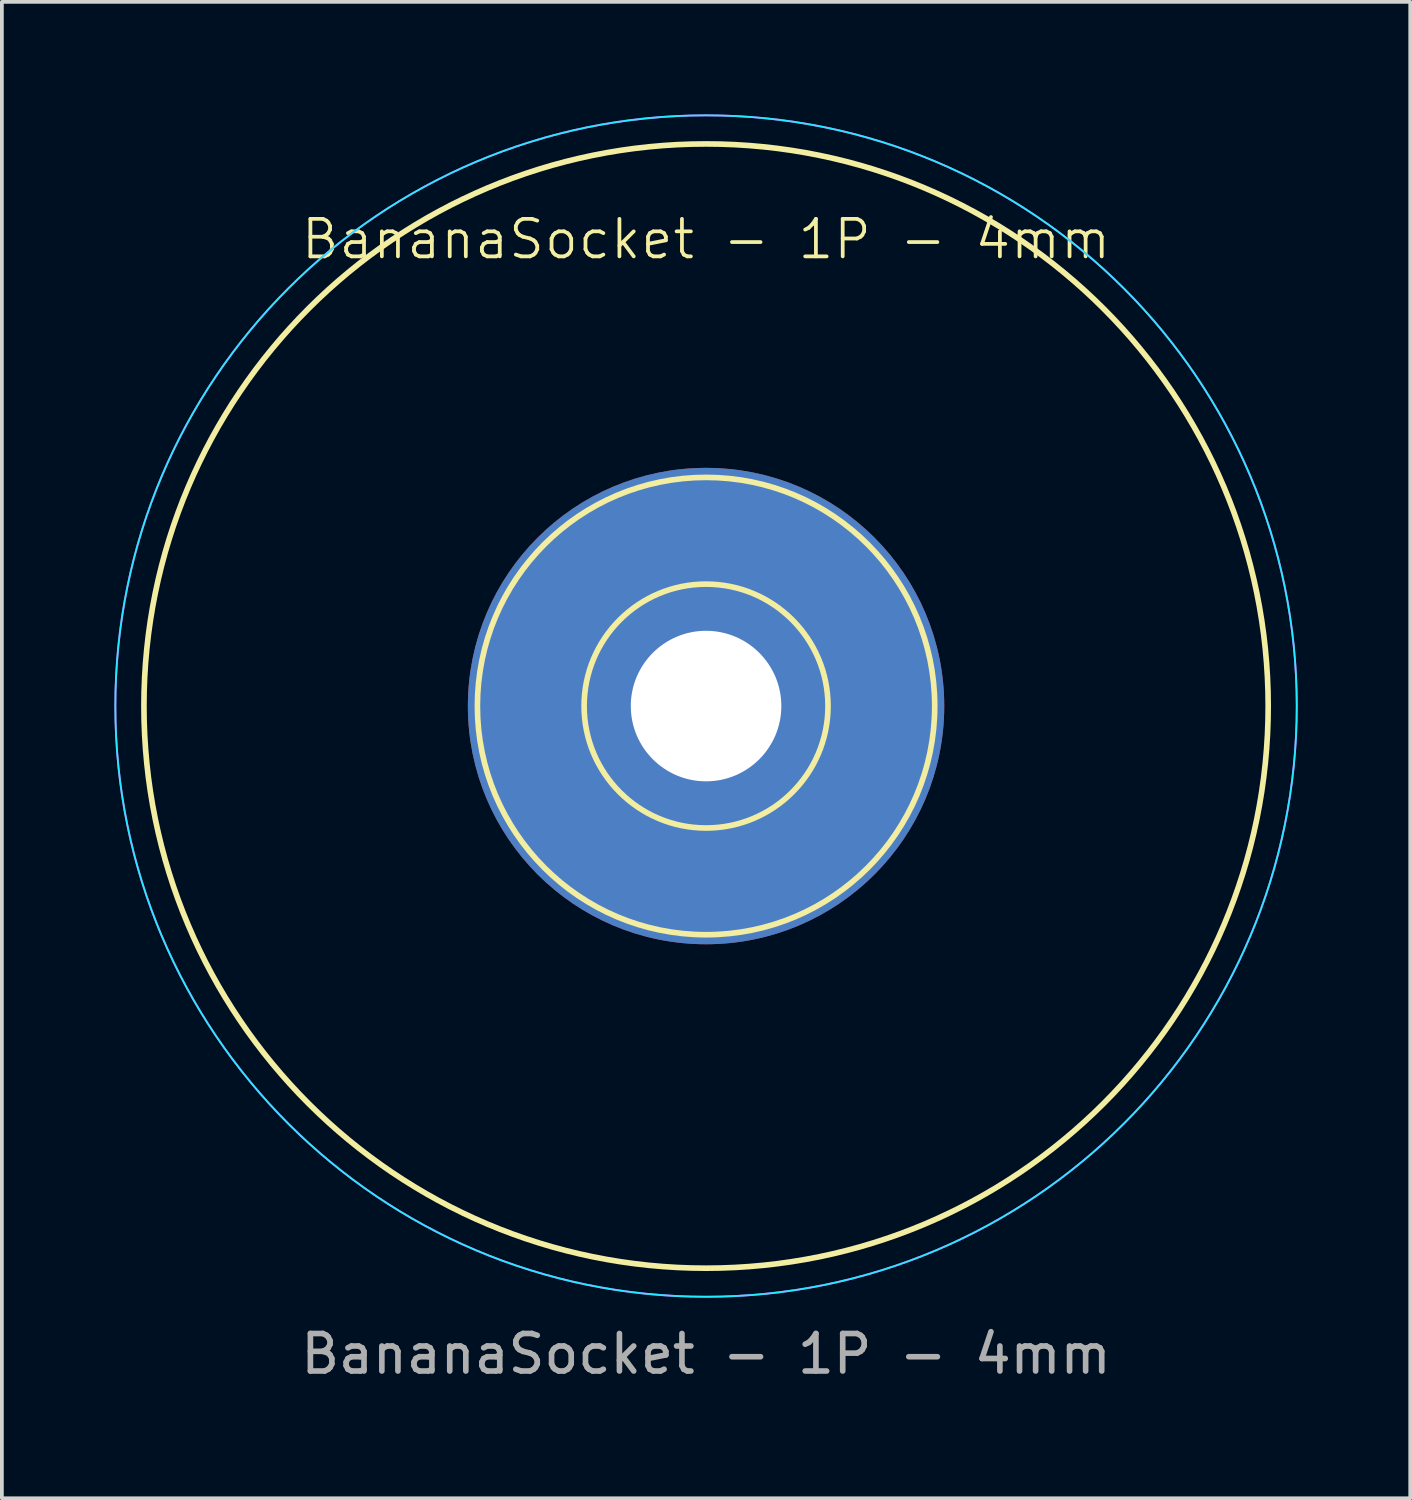
<source format=kicad_pcb>
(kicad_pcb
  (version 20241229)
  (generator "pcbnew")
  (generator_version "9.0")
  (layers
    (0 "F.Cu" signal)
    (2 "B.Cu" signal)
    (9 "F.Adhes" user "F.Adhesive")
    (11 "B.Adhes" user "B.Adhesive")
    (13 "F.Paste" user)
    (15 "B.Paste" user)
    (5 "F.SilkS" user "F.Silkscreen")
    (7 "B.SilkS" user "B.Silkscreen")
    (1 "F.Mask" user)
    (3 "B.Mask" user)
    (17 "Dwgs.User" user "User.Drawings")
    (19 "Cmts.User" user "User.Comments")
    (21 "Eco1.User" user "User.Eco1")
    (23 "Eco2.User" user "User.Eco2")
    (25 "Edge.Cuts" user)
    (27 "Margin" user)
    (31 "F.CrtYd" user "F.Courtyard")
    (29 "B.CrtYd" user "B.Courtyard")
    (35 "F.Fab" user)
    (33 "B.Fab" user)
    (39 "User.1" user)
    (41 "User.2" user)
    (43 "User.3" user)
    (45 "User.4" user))
  (footprint "BananaSocket - 1P - 4mm"
    (layer "F.Cu")
    (at 15.773 15.773)
    (property "Reference" "BananaSocket - 1P - 4mm" (at 0 -12.446 0) (unlocked yes) (layer "F.SilkS") (effects (font (size 1 1) (thickness 0.1))))
    (attr smd)
    (fp_circle (center 0 0) (end 3.251 0) (stroke (width 0.15) (type solid)) (fill no) (layer "F.SilkS"))
    (fp_circle (center 0 0) (end 6.096 0) (stroke (width 0.15) (type solid)) (fill no) (layer "F.SilkS"))
    (fp_circle (center 0 0) (end 14.986 0) (stroke (width 0.15) (type solid)) (fill no) (layer "F.SilkS"))
    (fp_circle (center 0 0) (end 15.748 0) (stroke (width 0.05) (type default)) (fill no) (layer "B.CrtYd"))
    (fp_circle (center 0 0) (end 15.748 0) (stroke (width 0.05) (type solid)) (fill no) (layer "F.CrtYd"))
    (fp_text user "${REFERENCE}" (at 0 17.272 0) (unlocked yes) (layer "F.Fab") (effects (font (size 1 1) (thickness 0.15))))
    (pad "1" thru_hole circle (at 0 0) (size 12.7 12.7) (drill 4.013) (layers "*.Cu" "*.Mask")))
  (gr_rect
    (start -3 -3)
    (end 34.546 36.893)
    (stroke (width 0.1) (type default))
    (fill no)
    (layer "Edge.Cuts")))
</source>
